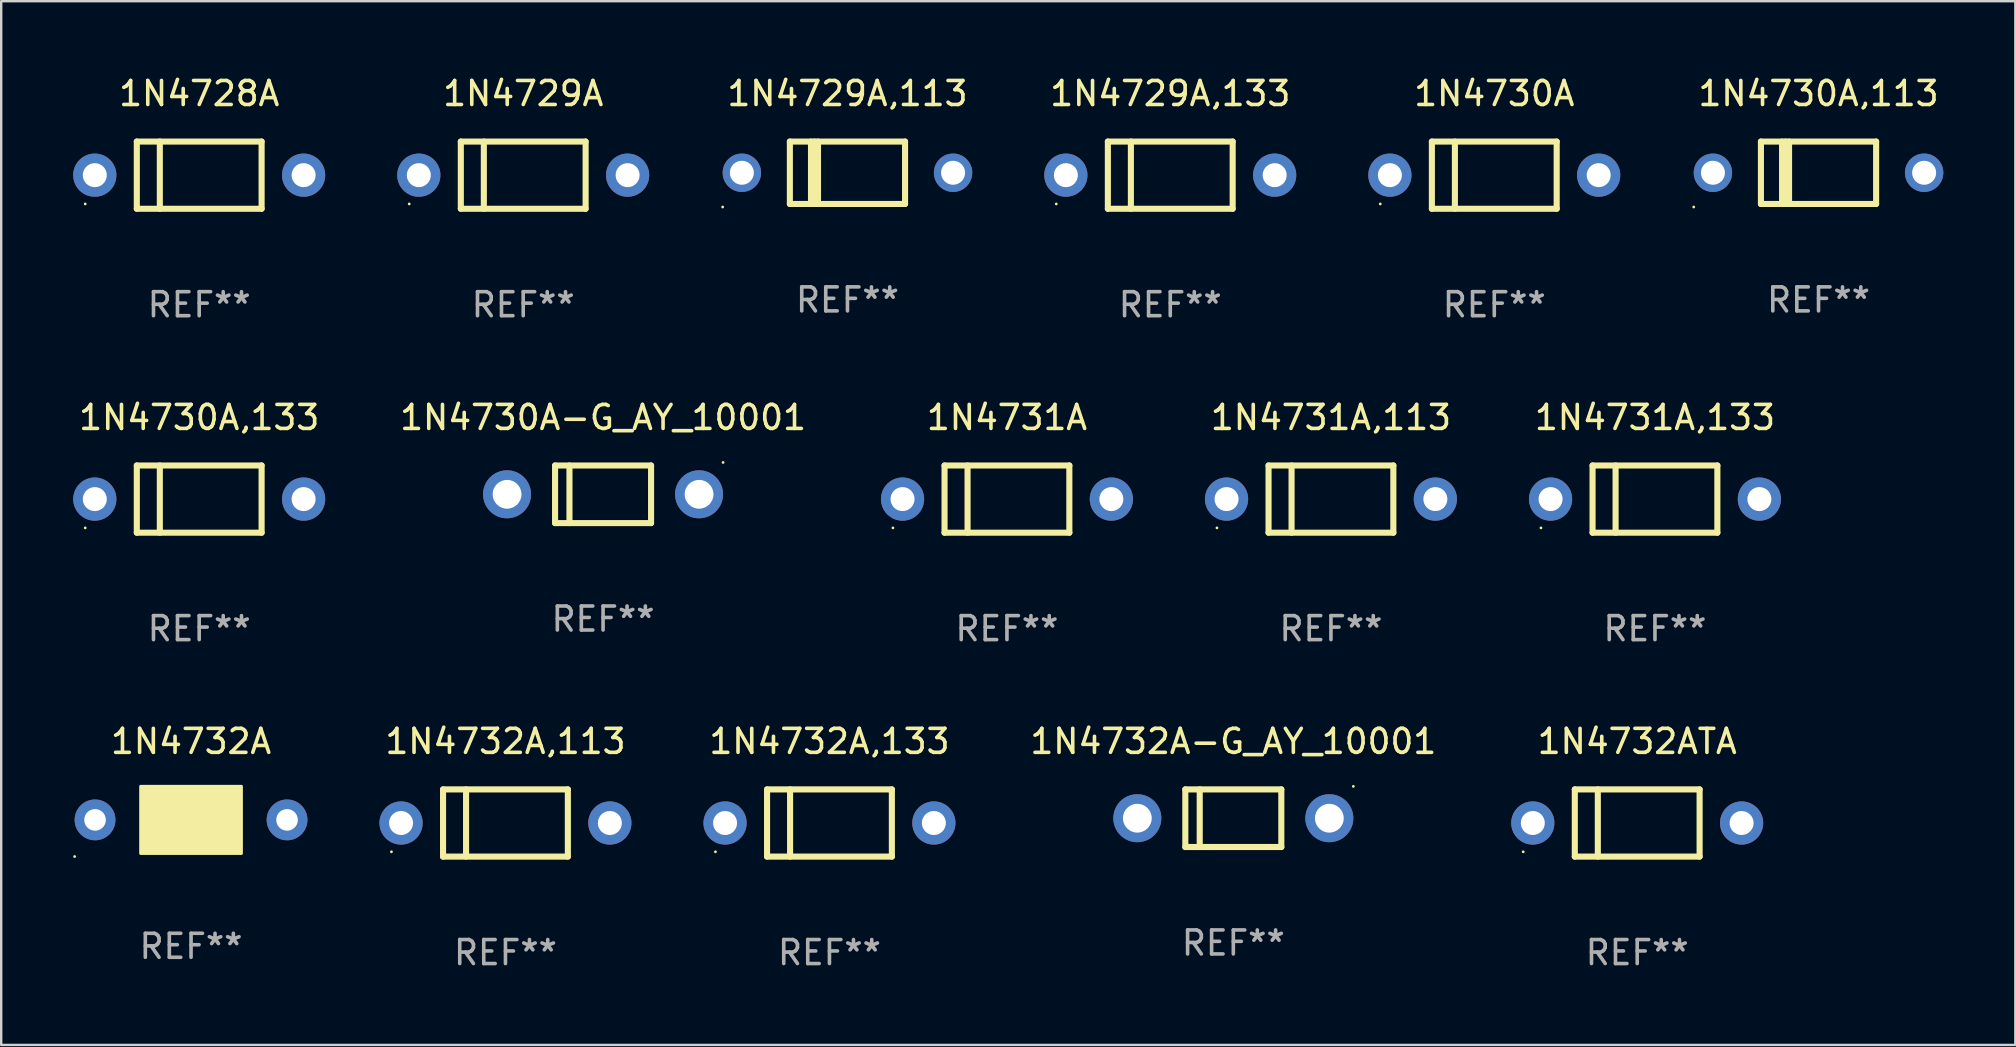
<source format=kicad_pcb>
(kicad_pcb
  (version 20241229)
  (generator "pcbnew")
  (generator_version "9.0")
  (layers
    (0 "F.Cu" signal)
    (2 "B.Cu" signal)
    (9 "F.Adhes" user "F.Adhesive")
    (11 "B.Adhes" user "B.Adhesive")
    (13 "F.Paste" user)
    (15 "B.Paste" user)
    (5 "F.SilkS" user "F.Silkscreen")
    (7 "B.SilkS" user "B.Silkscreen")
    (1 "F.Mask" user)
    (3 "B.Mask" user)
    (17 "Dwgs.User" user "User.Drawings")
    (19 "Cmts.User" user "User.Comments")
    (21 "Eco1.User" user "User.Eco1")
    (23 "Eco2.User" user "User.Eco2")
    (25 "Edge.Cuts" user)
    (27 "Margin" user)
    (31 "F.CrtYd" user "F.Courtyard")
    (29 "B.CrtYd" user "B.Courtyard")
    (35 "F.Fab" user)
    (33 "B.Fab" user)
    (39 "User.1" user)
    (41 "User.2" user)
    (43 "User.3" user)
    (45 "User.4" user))
  (footprint "1N4729A,133"
    (layer "F.Cu")
    (at 45.71 4.248)
    (property "Reference" "1N4729A,133" (at 0 -3.4 0) (layer "F.SilkS") (effects (font (size 1 1) (thickness 0.15))))
    (attr through_hole)
    (fp_line (start -2.6 -1.4) (end -2.6 1.4) (stroke (width 0.254) (type solid)) (layer "F.SilkS"))
    (fp_line (start -2.6 -1.4) (end 2.6 -1.4) (stroke (width 0.254) (type solid)) (layer "F.SilkS"))
    (fp_line (start -2.6 1.4) (end 2.6 1.4) (stroke (width 0.254) (type solid)) (layer "F.SilkS"))
    (fp_line (start -1.641 -1.4) (end -1.641 1.4) (stroke (width 0.254) (type solid)) (layer "F.SilkS"))
    (fp_line (start 2.6 -1.4) (end 2.6 1.4) (stroke (width 0.254) (type solid)) (layer "F.SilkS"))
    (fp_circle (center -4.75 1.2) (end -4.72 1.2) (stroke (width 0.06) (type solid)) (fill no) (layer "F.SilkS"))
    (fp_text user "REF**" (at 0 5.4 0) (layer "F.Fab") (effects (font (size 1 1) (thickness 0.15))))
    (pad "1" thru_hole circle (at -4.35 0) (size 1.8 1.8) (drill 1) (layers "*.Cu" "*.Mask"))
    (pad "2" thru_hole circle (at 4.35 0) (size 1.8 1.8) (drill 1) (layers "*.Cu" "*.Mask")))
  (footprint "1N4730A,113"
    (layer "F.Cu")
    (at 72.72 4.148)
    (property "Reference" "1N4730A,113" (at 0 -3.3 0) (layer "F.SilkS") (effects (font (size 1 1) (thickness 0.15))))
    (attr through_hole)
    (fp_line (start -2.4 -1.3) (end -2.4 1.3) (stroke (width 0.254) (type solid)) (layer "F.SilkS"))
    (fp_line (start -2.4 -1.3) (end 2.4 -1.3) (stroke (width 0.254) (type solid)) (layer "F.SilkS"))
    (fp_line (start -2.4 1.3) (end 2.4 1.3) (stroke (width 0.254) (type solid)) (layer "F.SilkS"))
    (fp_line (start -1.519 -1.3) (end -1.519 1.3) (stroke (width 0.254) (type solid)) (layer "F.SilkS"))
    (fp_line (start -1.374 -1.3) (end -1.374 1.3) (stroke (width 0.254) (type solid)) (layer "F.SilkS"))
    (fp_line (start -1.228 -1.3) (end -1.228 1.3) (stroke (width 0.254) (type solid)) (layer "F.SilkS"))
    (fp_line (start 2.4 -1.3) (end 2.4 1.3) (stroke (width 0.254) (type solid)) (layer "F.SilkS"))
    (fp_circle (center -5.2 1.427) (end -5.17 1.427) (stroke (width 0.06) (type solid)) (fill no) (layer "F.SilkS"))
    (fp_text user "REF**" (at 0 5.3 0) (layer "F.Fab") (effects (font (size 1 1) (thickness 0.15))))
    (pad "1" thru_hole circle (at -4.4 0.000013) (size 1.6 1.6) (drill 1) (layers "*.Cu" "*.Mask"))
    (pad "2" thru_hole circle (at 4.4 0.000013) (size 1.6 1.6) (drill 1) (layers "*.Cu" "*.Mask")))
  (footprint "1N4730A"
    (layer "F.Cu")
    (at 59.21 4.248)
    (property "Reference" "1N4730A" (at 0 -3.4 0) (layer "F.SilkS") (effects (font (size 1 1) (thickness 0.15))))
    (attr through_hole)
    (fp_line (start -2.6 -1.4) (end -2.6 1.4) (stroke (width 0.254) (type solid)) (layer "F.SilkS"))
    (fp_line (start -2.6 -1.4) (end 2.6 -1.4) (stroke (width 0.254) (type solid)) (layer "F.SilkS"))
    (fp_line (start -2.6 1.4) (end 2.6 1.4) (stroke (width 0.254) (type solid)) (layer "F.SilkS"))
    (fp_line (start -1.641 -1.4) (end -1.641 1.4) (stroke (width 0.254) (type solid)) (layer "F.SilkS"))
    (fp_line (start 2.6 -1.4) (end 2.6 1.4) (stroke (width 0.254) (type solid)) (layer "F.SilkS"))
    (fp_circle (center -4.75 1.2) (end -4.72 1.2) (stroke (width 0.06) (type solid)) (fill no) (layer "F.SilkS"))
    (fp_text user "REF**" (at 0 5.4 0) (layer "F.Fab") (effects (font (size 1 1) (thickness 0.15))))
    (pad "1" thru_hole circle (at -4.35 0) (size 1.8 1.8) (drill 1) (layers "*.Cu" "*.Mask"))
    (pad "2" thru_hole circle (at 4.35 0) (size 1.8 1.8) (drill 1) (layers "*.Cu" "*.Mask")))
  (footprint "1N4732A,133"
    (layer "F.Cu")
    (at 31.51 31.241)
    (property "Reference" "1N4732A,133" (at 0 -3.4 0) (layer "F.SilkS") (effects (font (size 1 1) (thickness 0.15))))
    (attr through_hole)
    (fp_line (start -2.6 -1.4) (end -2.6 1.4) (stroke (width 0.254) (type solid)) (layer "F.SilkS"))
    (fp_line (start -2.6 -1.4) (end 2.6 -1.4) (stroke (width 0.254) (type solid)) (layer "F.SilkS"))
    (fp_line (start -2.6 1.4) (end 2.6 1.4) (stroke (width 0.254) (type solid)) (layer "F.SilkS"))
    (fp_line (start -1.641 -1.4) (end -1.641 1.4) (stroke (width 0.254) (type solid)) (layer "F.SilkS"))
    (fp_line (start 2.6 -1.4) (end 2.6 1.4) (stroke (width 0.254) (type solid)) (layer "F.SilkS"))
    (fp_circle (center -4.75 1.2) (end -4.72 1.2) (stroke (width 0.06) (type solid)) (fill no) (layer "F.SilkS"))
    (fp_text user "REF**" (at 0 5.4 0) (layer "F.Fab") (effects (font (size 1 1) (thickness 0.15))))
    (pad "1" thru_hole circle (at -4.35 0) (size 1.8 1.8) (drill 1) (layers "*.Cu" "*.Mask"))
    (pad "2" thru_hole circle (at 4.35 0) (size 1.8 1.8) (drill 1) (layers "*.Cu" "*.Mask")))
  (footprint "1N4729A,113"
    (layer "F.Cu")
    (at 32.26 4.148)
    (property "Reference" "1N4729A,113" (at 0 -3.3 0) (layer "F.SilkS") (effects (font (size 1 1) (thickness 0.15))))
    (attr through_hole)
    (fp_line (start -2.4 -1.3) (end -2.4 1.3) (stroke (width 0.254) (type solid)) (layer "F.SilkS"))
    (fp_line (start -2.4 -1.3) (end 2.4 -1.3) (stroke (width 0.254) (type solid)) (layer "F.SilkS"))
    (fp_line (start -2.4 1.3) (end 2.4 1.3) (stroke (width 0.254) (type solid)) (layer "F.SilkS"))
    (fp_line (start -1.519 -1.3) (end -1.519 1.3) (stroke (width 0.254) (type solid)) (layer "F.SilkS"))
    (fp_line (start -1.374 -1.3) (end -1.374 1.3) (stroke (width 0.254) (type solid)) (layer "F.SilkS"))
    (fp_line (start -1.228 -1.3) (end -1.228 1.3) (stroke (width 0.254) (type solid)) (layer "F.SilkS"))
    (fp_line (start 2.4 -1.3) (end 2.4 1.3) (stroke (width 0.254) (type solid)) (layer "F.SilkS"))
    (fp_circle (center -5.2 1.427) (end -5.17 1.427) (stroke (width 0.06) (type solid)) (fill no) (layer "F.SilkS"))
    (fp_text user "REF**" (at 0 5.3 0) (layer "F.Fab") (effects (font (size 1 1) (thickness 0.15))))
    (pad "1" thru_hole circle (at -4.4 0.000013) (size 1.6 1.6) (drill 1) (layers "*.Cu" "*.Mask"))
    (pad "2" thru_hole circle (at 4.4 0.000013) (size 1.6 1.6) (drill 1) (layers "*.Cu" "*.Mask")))
  (footprint "1N4732A-G_AY_10001"
    (layer "F.Cu")
    (at 48.337 31.041)
    (property "Reference" "1N4732A-G_AY_10001" (at 0 -3.2 0) (layer "F.SilkS") (effects (font (size 1 1) (thickness 0.15))))
    (attr through_hole)
    (fp_line (start -2 -1.2) (end 2 -1.2) (stroke (width 0.254) (type solid)) (layer "F.SilkS"))
    (fp_line (start -2 1.2) (end -2 -1.2) (stroke (width 0.254) (type solid)) (layer "F.SilkS"))
    (fp_line (start -1.4 -1.2) (end -1.4 1.2) (stroke (width 0.254) (type solid)) (layer "F.SilkS"))
    (fp_line (start 2 -1.2) (end 2 1.2) (stroke (width 0.254) (type solid)) (layer "F.SilkS"))
    (fp_line (start 2 1.2) (end -2 1.2) (stroke (width 0.254) (type solid)) (layer "F.SilkS"))
    (fp_circle (center 5 -1.327) (end 5.03 -1.327) (stroke (width 0.06) (type solid)) (fill no) (layer "F.SilkS"))
    (fp_text user "REF**" (at 0 5.2 0) (layer "F.Fab") (effects (font (size 1 1) (thickness 0.15))))
    (pad "1" thru_hole circle (at -4 0) (size 2 2) (drill 1.2) (layers "*.Cu" "*.Mask"))
    (pad "2" thru_hole circle (at 4 0) (size 2 2) (drill 1.2) (layers "*.Cu" "*.Mask")))
  (footprint "1N4731A"
    (layer "F.Cu")
    (at 38.905 17.745)
    (property "Reference" "1N4731A" (at 0 -3.4 0) (layer "F.SilkS") (effects (font (size 1 1) (thickness 0.15))))
    (attr through_hole)
    (fp_line (start -2.6 -1.4) (end -2.6 1.4) (stroke (width 0.254) (type solid)) (layer "F.SilkS"))
    (fp_line (start -2.6 -1.4) (end 2.6 -1.4) (stroke (width 0.254) (type solid)) (layer "F.SilkS"))
    (fp_line (start -2.6 1.4) (end 2.6 1.4) (stroke (width 0.254) (type solid)) (layer "F.SilkS"))
    (fp_line (start -1.641 -1.4) (end -1.641 1.4) (stroke (width 0.254) (type solid)) (layer "F.SilkS"))
    (fp_line (start 2.6 -1.4) (end 2.6 1.4) (stroke (width 0.254) (type solid)) (layer "F.SilkS"))
    (fp_circle (center -4.75 1.2) (end -4.72 1.2) (stroke (width 0.06) (type solid)) (fill no) (layer "F.SilkS"))
    (fp_text user "REF**" (at 0 5.4 0) (layer "F.Fab") (effects (font (size 1 1) (thickness 0.15))))
    (pad "1" thru_hole circle (at -4.35 0) (size 1.8 1.8) (drill 1) (layers "*.Cu" "*.Mask"))
    (pad "2" thru_hole circle (at 4.35 0) (size 1.8 1.8) (drill 1) (layers "*.Cu" "*.Mask")))
  (footprint "1N4732A,113"
    (layer "F.Cu")
    (at 18.01 31.241)
    (property "Reference" "1N4732A,113" (at 0 -3.4 0) (layer "F.SilkS") (effects (font (size 1 1) (thickness 0.15))))
    (attr through_hole)
    (fp_line (start -2.6 -1.4) (end -2.6 1.4) (stroke (width 0.254) (type solid)) (layer "F.SilkS"))
    (fp_line (start -2.6 -1.4) (end 2.6 -1.4) (stroke (width 0.254) (type solid)) (layer "F.SilkS"))
    (fp_line (start -2.6 1.4) (end 2.6 1.4) (stroke (width 0.254) (type solid)) (layer "F.SilkS"))
    (fp_line (start -1.641 -1.4) (end -1.641 1.4) (stroke (width 0.254) (type solid)) (layer "F.SilkS"))
    (fp_line (start 2.6 -1.4) (end 2.6 1.4) (stroke (width 0.254) (type solid)) (layer "F.SilkS"))
    (fp_circle (center -4.75 1.2) (end -4.72 1.2) (stroke (width 0.06) (type solid)) (fill no) (layer "F.SilkS"))
    (fp_text user "REF**" (at 0 5.4 0) (layer "F.Fab") (effects (font (size 1 1) (thickness 0.15))))
    (pad "1" thru_hole circle (at -4.35 0) (size 1.8 1.8) (drill 1) (layers "*.Cu" "*.Mask"))
    (pad "2" thru_hole circle (at 4.35 0) (size 1.8 1.8) (drill 1) (layers "*.Cu" "*.Mask")))
  (footprint "1N4729A"
    (layer "F.Cu")
    (at 18.75 4.248)
    (property "Reference" "1N4729A" (at 0 -3.4 0) (layer "F.SilkS") (effects (font (size 1 1) (thickness 0.15))))
    (attr through_hole)
    (fp_line (start -2.6 -1.4) (end -2.6 1.4) (stroke (width 0.254) (type solid)) (layer "F.SilkS"))
    (fp_line (start -2.6 -1.4) (end 2.6 -1.4) (stroke (width 0.254) (type solid)) (layer "F.SilkS"))
    (fp_line (start -2.6 1.4) (end 2.6 1.4) (stroke (width 0.254) (type solid)) (layer "F.SilkS"))
    (fp_line (start -1.641 -1.4) (end -1.641 1.4) (stroke (width 0.254) (type solid)) (layer "F.SilkS"))
    (fp_line (start 2.6 -1.4) (end 2.6 1.4) (stroke (width 0.254) (type solid)) (layer "F.SilkS"))
    (fp_circle (center -4.75 1.2) (end -4.72 1.2) (stroke (width 0.06) (type solid)) (fill no) (layer "F.SilkS"))
    (fp_text user "REF**" (at 0 5.4 0) (layer "F.Fab") (effects (font (size 1 1) (thickness 0.15))))
    (pad "1" thru_hole circle (at -4.35 0) (size 1.8 1.8) (drill 1) (layers "*.Cu" "*.Mask"))
    (pad "2" thru_hole circle (at 4.35 0) (size 1.8 1.8) (drill 1) (layers "*.Cu" "*.Mask")))
  (footprint "1N4730A-G_AY_10001"
    (layer "F.Cu")
    (at 22.077 17.545)
    (property "Reference" "1N4730A-G_AY_10001" (at 0 -3.2 0) (layer "F.SilkS") (effects (font (size 1 1) (thickness 0.15))))
    (attr through_hole)
    (fp_line (start -2 -1.2) (end 2 -1.2) (stroke (width 0.254) (type solid)) (layer "F.SilkS"))
    (fp_line (start -2 1.2) (end -2 -1.2) (stroke (width 0.254) (type solid)) (layer "F.SilkS"))
    (fp_line (start -1.4 -1.2) (end -1.4 1.2) (stroke (width 0.254) (type solid)) (layer "F.SilkS"))
    (fp_line (start 2 -1.2) (end 2 1.2) (stroke (width 0.254) (type solid)) (layer "F.SilkS"))
    (fp_line (start 2 1.2) (end -2 1.2) (stroke (width 0.254) (type solid)) (layer "F.SilkS"))
    (fp_circle (center 5 -1.327) (end 5.03 -1.327) (stroke (width 0.06) (type solid)) (fill no) (layer "F.SilkS"))
    (fp_text user "REF**" (at 0 5.2 0) (layer "F.Fab") (effects (font (size 1 1) (thickness 0.15))))
    (pad "1" thru_hole circle (at -4 0) (size 2 2) (drill 1.2) (layers "*.Cu" "*.Mask"))
    (pad "2" thru_hole circle (at 4 0) (size 2 2) (drill 1.2) (layers "*.Cu" "*.Mask")))
  (footprint "1N4728A"
    (layer "F.Cu")
    (at 5.25 4.248)
    (property "Reference" "1N4728A" (at 0 -3.4 0) (layer "F.SilkS") (effects (font (size 1 1) (thickness 0.15))))
    (attr through_hole)
    (fp_line (start -2.6 -1.4) (end -2.6 1.4) (stroke (width 0.254) (type solid)) (layer "F.SilkS"))
    (fp_line (start -2.6 -1.4) (end 2.6 -1.4) (stroke (width 0.254) (type solid)) (layer "F.SilkS"))
    (fp_line (start -2.6 1.4) (end 2.6 1.4) (stroke (width 0.254) (type solid)) (layer "F.SilkS"))
    (fp_line (start -1.641 -1.4) (end -1.641 1.4) (stroke (width 0.254) (type solid)) (layer "F.SilkS"))
    (fp_line (start 2.6 -1.4) (end 2.6 1.4) (stroke (width 0.254) (type solid)) (layer "F.SilkS"))
    (fp_circle (center -4.75 1.2) (end -4.72 1.2) (stroke (width 0.06) (type solid)) (fill no) (layer "F.SilkS"))
    (fp_text user "REF**" (at 0 5.4 0) (layer "F.Fab") (effects (font (size 1 1) (thickness 0.15))))
    (pad "1" thru_hole circle (at -4.35 0) (size 1.8 1.8) (drill 1) (layers "*.Cu" "*.Mask"))
    (pad "2" thru_hole circle (at 4.35 0) (size 1.8 1.8) (drill 1) (layers "*.Cu" "*.Mask")))
  (footprint "1N4732A"
    (layer "F.Cu")
    (at 4.91 31.111)
    (property "Reference" "1N4732A" (at 0 -3.27 0) (layer "F.SilkS") (effects (font (size 1 1) (thickness 0.15))))
    (attr through_hole)
    (fp_line (start 1.27 -1.27) (end 1.27 1.27) (stroke (width 0.229) (type solid)) (layer "F.SilkS"))
    (fp_circle (center -4.85 1.527) (end -4.82 1.527) (stroke (width 0.06) (type solid)) (fill no) (layer "F.SilkS"))
    (fp_poly (pts (xy -2.1 -1.4) (xy 2.1 -1.4) (xy 2.1 1.4) (xy -2.1 1.4)) (stroke (width 0.12) (type solid)) (fill yes) (layer "F.SilkS"))
    (fp_text user "REF**" (at 0 5.27 0) (layer "F.Fab") (effects (font (size 1 1) (thickness 0.15))))
    (pad "1" thru_hole circle (at -4 0) (size 1.7 1.7) (drill 0.9) (layers "*.Cu" "*.Mask"))
    (pad "2" thru_hole circle (at 4 0) (size 1.7 1.7) (drill 0.9) (layers "*.Cu" "*.Mask")))
  (footprint "1N4731A,113"
    (layer "F.Cu")
    (at 52.405 17.745)
    (property "Reference" "1N4731A,113" (at 0 -3.4 0) (layer "F.SilkS") (effects (font (size 1 1) (thickness 0.15))))
    (attr through_hole)
    (fp_line (start -2.6 -1.4) (end -2.6 1.4) (stroke (width 0.254) (type solid)) (layer "F.SilkS"))
    (fp_line (start -2.6 -1.4) (end 2.6 -1.4) (stroke (width 0.254) (type solid)) (layer "F.SilkS"))
    (fp_line (start -2.6 1.4) (end 2.6 1.4) (stroke (width 0.254) (type solid)) (layer "F.SilkS"))
    (fp_line (start -1.641 -1.4) (end -1.641 1.4) (stroke (width 0.254) (type solid)) (layer "F.SilkS"))
    (fp_line (start 2.6 -1.4) (end 2.6 1.4) (stroke (width 0.254) (type solid)) (layer "F.SilkS"))
    (fp_circle (center -4.75 1.2) (end -4.72 1.2) (stroke (width 0.06) (type solid)) (fill no) (layer "F.SilkS"))
    (fp_text user "REF**" (at 0 5.4 0) (layer "F.Fab") (effects (font (size 1 1) (thickness 0.15))))
    (pad "1" thru_hole circle (at -4.35 0) (size 1.8 1.8) (drill 1) (layers "*.Cu" "*.Mask"))
    (pad "2" thru_hole circle (at 4.35 0) (size 1.8 1.8) (drill 1) (layers "*.Cu" "*.Mask")))
  (footprint "1N4730A,133"
    (layer "F.Cu")
    (at 5.25 17.745)
    (property "Reference" "1N4730A,133" (at 0 -3.4 0) (layer "F.SilkS") (effects (font (size 1 1) (thickness 0.15))))
    (attr through_hole)
    (fp_line (start -2.6 -1.4) (end -2.6 1.4) (stroke (width 0.254) (type solid)) (layer "F.SilkS"))
    (fp_line (start -2.6 -1.4) (end 2.6 -1.4) (stroke (width 0.254) (type solid)) (layer "F.SilkS"))
    (fp_line (start -2.6 1.4) (end 2.6 1.4) (stroke (width 0.254) (type solid)) (layer "F.SilkS"))
    (fp_line (start -1.641 -1.4) (end -1.641 1.4) (stroke (width 0.254) (type solid)) (layer "F.SilkS"))
    (fp_line (start 2.6 -1.4) (end 2.6 1.4) (stroke (width 0.254) (type solid)) (layer "F.SilkS"))
    (fp_circle (center -4.75 1.2) (end -4.72 1.2) (stroke (width 0.06) (type solid)) (fill no) (layer "F.SilkS"))
    (fp_text user "REF**" (at 0 5.4 0) (layer "F.Fab") (effects (font (size 1 1) (thickness 0.15))))
    (pad "1" thru_hole circle (at -4.35 0) (size 1.8 1.8) (drill 1) (layers "*.Cu" "*.Mask"))
    (pad "2" thru_hole circle (at 4.35 0) (size 1.8 1.8) (drill 1) (layers "*.Cu" "*.Mask")))
  (footprint "1N4732ATA"
    (layer "F.Cu")
    (at 65.165 31.241)
    (property "Reference" "1N4732ATA" (at 0 -3.4 0) (layer "F.SilkS") (effects (font (size 1 1) (thickness 0.15))))
    (attr through_hole)
    (fp_line (start -2.6 -1.4) (end -2.6 1.4) (stroke (width 0.254) (type solid)) (layer "F.SilkS"))
    (fp_line (start -2.6 -1.4) (end 2.6 -1.4) (stroke (width 0.254) (type solid)) (layer "F.SilkS"))
    (fp_line (start -2.6 1.4) (end 2.6 1.4) (stroke (width 0.254) (type solid)) (layer "F.SilkS"))
    (fp_line (start -1.641 -1.4) (end -1.641 1.4) (stroke (width 0.254) (type solid)) (layer "F.SilkS"))
    (fp_line (start 2.6 -1.4) (end 2.6 1.4) (stroke (width 0.254) (type solid)) (layer "F.SilkS"))
    (fp_circle (center -4.75 1.2) (end -4.72 1.2) (stroke (width 0.06) (type solid)) (fill no) (layer "F.SilkS"))
    (fp_text user "REF**" (at 0 5.4 0) (layer "F.Fab") (effects (font (size 1 1) (thickness 0.15))))
    (pad "1" thru_hole circle (at -4.35 0) (size 1.8 1.8) (drill 1) (layers "*.Cu" "*.Mask"))
    (pad "2" thru_hole circle (at 4.35 0) (size 1.8 1.8) (drill 1) (layers "*.Cu" "*.Mask")))
  (footprint "1N4731A,133"
    (layer "F.Cu")
    (at 65.905 17.745)
    (property "Reference" "1N4731A,133" (at 0 -3.4 0) (layer "F.SilkS") (effects (font (size 1 1) (thickness 0.15))))
    (attr through_hole)
    (fp_line (start -2.6 -1.4) (end -2.6 1.4) (stroke (width 0.254) (type solid)) (layer "F.SilkS"))
    (fp_line (start -2.6 -1.4) (end 2.6 -1.4) (stroke (width 0.254) (type solid)) (layer "F.SilkS"))
    (fp_line (start -2.6 1.4) (end 2.6 1.4) (stroke (width 0.254) (type solid)) (layer "F.SilkS"))
    (fp_line (start -1.641 -1.4) (end -1.641 1.4) (stroke (width 0.254) (type solid)) (layer "F.SilkS"))
    (fp_line (start 2.6 -1.4) (end 2.6 1.4) (stroke (width 0.254) (type solid)) (layer "F.SilkS"))
    (fp_circle (center -4.75 1.2) (end -4.72 1.2) (stroke (width 0.06) (type solid)) (fill no) (layer "F.SilkS"))
    (fp_text user "REF**" (at 0 5.4 0) (layer "F.Fab") (effects (font (size 1 1) (thickness 0.15))))
    (pad "1" thru_hole circle (at -4.35 0) (size 1.8 1.8) (drill 1) (layers "*.Cu" "*.Mask"))
    (pad "2" thru_hole circle (at 4.35 0) (size 1.8 1.8) (drill 1) (layers "*.Cu" "*.Mask")))
  (gr_rect
    (start -3 -3)
    (end 80.92 40.489)
    (stroke (width 0.1) (type default))
    (fill no)
    (layer "Edge.Cuts")))
</source>
